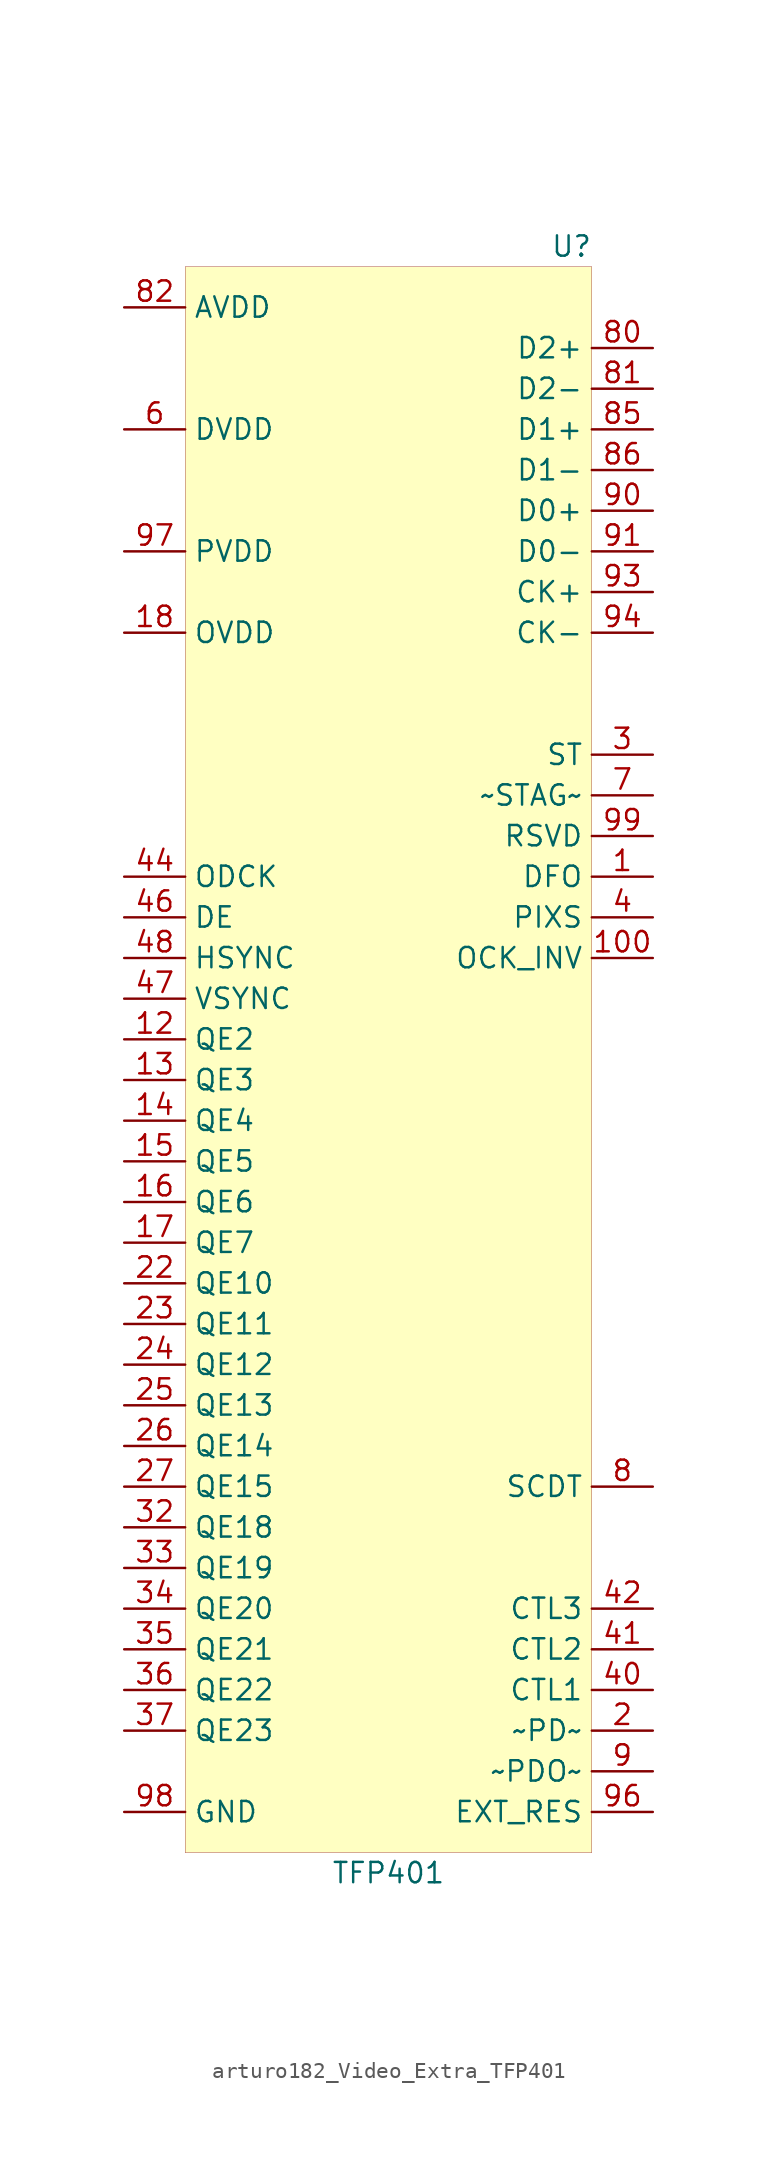
<source format=kicad_sym>
(kicad_symbol_lib
  (version 20220914)
  (generator kicad_symbol_editor)
  (symbol "Video_Extra:arturo182_Video_Extra_TFP401"
    (property "Reference" "U"
      (at 11.43 57.15 0)
      (effects (font (size 1.27 1.27))))
    (property "Value" "TFP401"
      (at 0 -44.45 0)
      (effects (font (size 1.27 1.27))))
    (symbol "arturo182_Video_Extra_TFP401_0_0"
      (pin passive line (at -16.51 -40.64 0) (length 3.81) hide (name "GND" (effects (font (size 1.27 1.27)))) (number "79" (effects (font (size 1.27 1.27)))))
      (pin passive line (at -16.51 -40.64 0) (length 3.81) hide (name "GND" (effects (font (size 1.27 1.27)))) (number "83" (effects (font (size 1.27 1.27)))))
      (pin passive line (at -16.51 -40.64 0) (length 3.81) hide (name "GND" (effects (font (size 1.27 1.27)))) (number "87" (effects (font (size 1.27 1.27)))))
      (pin passive line (at -16.51 -40.64 0) (length 3.81) hide (name "GND" (effects (font (size 1.27 1.27)))) (number "89" (effects (font (size 1.27 1.27)))))
      (pin passive line (at -16.51 -40.64 0) (length 3.81) hide (name "GND" (effects (font (size 1.27 1.27)))) (number "92" (effects (font (size 1.27 1.27)))))
      (pin input line (at -16.51 53.34 0) (length 3.81) (name "AVDD" (effects (font (size 1.27 1.27)))) (number "82" (effects (font (size 1.27 1.27)))))
      (pin passive line (at -16.51 53.34 0) (length 3.81) hide (name "AVDD" (effects (font (size 1.27 1.27)))) (number "84" (effects (font (size 1.27 1.27)))))
      (pin passive line (at -16.51 53.34 0) (length 3.81) hide (name "AVDD" (effects (font (size 1.27 1.27)))) (number "88" (effects (font (size 1.27 1.27)))))
      (pin passive line (at -16.51 53.34 0) (length 3.81) hide (name "AVDD" (effects (font (size 1.27 1.27)))) (number "95" (effects (font (size 1.27 1.27)))))
      (pin output line (at 16.51 -27.94 180) (length 3.81) (name "CTL3" (effects (font (size 1.27 1.27)))) (number "42" (effects (font (size 1.27 1.27)))))
      (pin output line (at 16.51 -30.48 180) (length 3.81) (name "CTL2" (effects (font (size 1.27 1.27)))) (number "41" (effects (font (size 1.27 1.27)))))
      (pin output line (at 16.51 -33.02 180) (length 3.81) (name "CTL1" (effects (font (size 1.27 1.27)))) (number "40" (effects (font (size 1.27 1.27)))))
      (pin output line (at -16.51 15.24 0) (length 3.81) (name "DE" (effects (font (size 1.27 1.27)))) (number "46" (effects (font (size 1.27 1.27)))))
      (pin input line (at 16.51 17.78 180) (length 3.81) (name "DFO" (effects (font (size 1.27 1.27)))) (number "1" (effects (font (size 1.27 1.27)))))
      (pin passive line (at -16.51 -40.64 0) (length 3.81) hide (name "GND" (effects (font (size 1.27 1.27)))) (number "5" (effects (font (size 1.27 1.27)))))
      (pin passive line (at -16.51 -40.64 0) (length 3.81) hide (name "GND" (effects (font (size 1.27 1.27)))) (number "39" (effects (font (size 1.27 1.27)))))
      (pin passive line (at -16.51 -40.64 0) (length 3.81) hide (name "GND" (effects (font (size 1.27 1.27)))) (number "68" (effects (font (size 1.27 1.27)))))
      (pin input line (at -16.51 45.72 0) (length 3.81) (name "DVDD" (effects (font (size 1.27 1.27)))) (number "6" (effects (font (size 1.27 1.27)))))
      (pin passive line (at -16.51 45.72 0) (length 3.81) hide (name "DVDD" (effects (font (size 1.27 1.27)))) (number "38" (effects (font (size 1.27 1.27)))))
      (pin passive line (at -16.51 45.72 0) (length 3.81) hide (name "DVDD" (effects (font (size 1.27 1.27)))) (number "67" (effects (font (size 1.27 1.27)))))
      (pin input line (at 16.51 -40.64 180) (length 3.81) (name "EXT_RES" (effects (font (size 1.27 1.27)))) (number "96" (effects (font (size 1.27 1.27)))))
      (pin output line (at -16.51 12.7 0) (length 3.81) (name "HSYNC" (effects (font (size 1.27 1.27)))) (number "48" (effects (font (size 1.27 1.27)))))
      (pin input line (at 16.51 20.32 180) (length 3.81) (name "RSVD" (effects (font (size 1.27 1.27)))) (number "99" (effects (font (size 1.27 1.27)))))
      (pin input line (at -16.51 33.02 0) (length 3.81) (name "OVDD" (effects (font (size 1.27 1.27)))) (number "18" (effects (font (size 1.27 1.27)))))
      (pin passive line (at -16.51 33.02 0) (length 3.81) hide (name "OVDD" (effects (font (size 1.27 1.27)))) (number "29" (effects (font (size 1.27 1.27)))))
      (pin passive line (at -16.51 33.02 0) (length 3.81) hide (name "OVDD" (effects (font (size 1.27 1.27)))) (number "43" (effects (font (size 1.27 1.27)))))
      (pin passive line (at -16.51 33.02 0) (length 3.81) hide (name "OVDD" (effects (font (size 1.27 1.27)))) (number "57" (effects (font (size 1.27 1.27)))))
      (pin passive line (at -16.51 33.02 0) (length 3.81) hide (name "OVDD" (effects (font (size 1.27 1.27)))) (number "78" (effects (font (size 1.27 1.27)))))
      (pin output line (at -16.51 17.78 0) (length 3.81) (name "ODCK" (effects (font (size 1.27 1.27)))) (number "44" (effects (font (size 1.27 1.27)))))
      (pin passive line (at -16.51 -40.64 0) (length 3.81) hide (name "GND" (effects (font (size 1.27 1.27)))) (number "19" (effects (font (size 1.27 1.27)))))
      (pin passive line (at -16.51 -40.64 0) (length 3.81) hide (name "GND" (effects (font (size 1.27 1.27)))) (number "28" (effects (font (size 1.27 1.27)))))
      (pin passive line (at -16.51 -40.64 0) (length 3.81) hide (name "GND" (effects (font (size 1.27 1.27)))) (number "45" (effects (font (size 1.27 1.27)))))
      (pin passive line (at -16.51 -40.64 0) (length 3.81) hide (name "GND" (effects (font (size 1.27 1.27)))) (number "58" (effects (font (size 1.27 1.27)))))
      (pin passive line (at -16.51 -40.64 0) (length 3.81) hide (name "GND" (effects (font (size 1.27 1.27)))) (number "76" (effects (font (size 1.27 1.27)))))
      (pin input line (at 16.51 12.7 180) (length 3.81) (name "OCK_INV" (effects (font (size 1.27 1.27)))) (number "100" (effects (font (size 1.27 1.27)))))
      (pin input line (at 16.51 -35.56 180) (length 3.81) (name "~PD~" (effects (font (size 1.27 1.27)))) (number "2" (effects (font (size 1.27 1.27)))))
      (pin input line (at 16.51 -38.1 180) (length 3.81) (name "~PDO~" (effects (font (size 1.27 1.27)))) (number "9" (effects (font (size 1.27 1.27)))))
      (pin power_in line (at -16.51 -40.64 0) (length 3.81) (name "GND" (effects (font (size 1.27 1.27)))) (number "98" (effects (font (size 1.27 1.27)))))
      (pin input line (at 16.51 15.24 180) (length 3.81) (name "PIXS" (effects (font (size 1.27 1.27)))) (number "4" (effects (font (size 1.27 1.27)))))
      (pin input line (at -16.51 38.1 0) (length 3.81) (name "PVDD" (effects (font (size 1.27 1.27)))) (number "97" (effects (font (size 1.27 1.27)))))
      (pin unconnected line (at -2.54 -31.75 0) (length 3.81) hide (name "QE8" (effects (font (size 1.27 1.27)))) (number "20" (effects (font (size 1.27 1.27)))))
      (pin unconnected line (at -2.54 -34.29 0) (length 3.81) hide (name "QE9" (effects (font (size 1.27 1.27)))) (number "21" (effects (font (size 1.27 1.27)))))
      (pin output line (at -16.51 -7.62 0) (length 3.81) (name "QE10" (effects (font (size 1.27 1.27)))) (number "22" (effects (font (size 1.27 1.27)))))
      (pin output line (at -16.51 -10.16 0) (length 3.81) (name "QE11" (effects (font (size 1.27 1.27)))) (number "23" (effects (font (size 1.27 1.27)))))
      (pin output line (at -16.51 -12.7 0) (length 3.81) (name "QE12" (effects (font (size 1.27 1.27)))) (number "24" (effects (font (size 1.27 1.27)))))
      (pin output line (at -16.51 -15.24 0) (length 3.81) (name "QE13" (effects (font (size 1.27 1.27)))) (number "25" (effects (font (size 1.27 1.27)))))
      (pin output line (at -16.51 -17.78 0) (length 3.81) (name "QE14" (effects (font (size 1.27 1.27)))) (number "26" (effects (font (size 1.27 1.27)))))
      (pin output line (at -16.51 -20.32 0) (length 3.81) (name "QE15" (effects (font (size 1.27 1.27)))) (number "27" (effects (font (size 1.27 1.27)))))
      (pin unconnected line (at -2.54 -36.83 0) (length 3.81) hide (name "QE16" (effects (font (size 1.27 1.27)))) (number "30" (effects (font (size 1.27 1.27)))))
      (pin unconnected line (at -2.54 -39.37 0) (length 3.81) hide (name "QE17" (effects (font (size 1.27 1.27)))) (number "31" (effects (font (size 1.27 1.27)))))
      (pin output line (at -16.51 -22.86 0) (length 3.81) (name "QE18" (effects (font (size 1.27 1.27)))) (number "32" (effects (font (size 1.27 1.27)))))
      (pin output line (at -16.51 -25.4 0) (length 3.81) (name "QE19" (effects (font (size 1.27 1.27)))) (number "33" (effects (font (size 1.27 1.27)))))
      (pin output line (at -16.51 -27.94 0) (length 3.81) (name "QE20" (effects (font (size 1.27 1.27)))) (number "34" (effects (font (size 1.27 1.27)))))
      (pin output line (at -16.51 -30.48 0) (length 3.81) (name "QE21" (effects (font (size 1.27 1.27)))) (number "35" (effects (font (size 1.27 1.27)))))
      (pin output line (at -16.51 -33.02 0) (length 3.81) (name "QE22" (effects (font (size 1.27 1.27)))) (number "36" (effects (font (size 1.27 1.27)))))
      (pin output line (at -16.51 -35.56 0) (length 3.81) (name "QE23" (effects (font (size 1.27 1.27)))) (number "37" (effects (font (size 1.27 1.27)))))
      (pin unconnected line (at -2.54 34.29 0) (length 3.81) hide (name "QO0" (effects (font (size 1.27 1.27)))) (number "49" (effects (font (size 1.27 1.27)))))
      (pin unconnected line (at -2.54 31.75 0) (length 3.81) hide (name "QO1" (effects (font (size 1.27 1.27)))) (number "50" (effects (font (size 1.27 1.27)))))
      (pin unconnected line (at -2.54 29.21 0) (length 3.81) hide (name "QO2" (effects (font (size 1.27 1.27)))) (number "51" (effects (font (size 1.27 1.27)))))
      (pin unconnected line (at -2.54 26.67 0) (length 3.81) hide (name "QO3" (effects (font (size 1.27 1.27)))) (number "52" (effects (font (size 1.27 1.27)))))
      (pin unconnected line (at -2.54 24.13 0) (length 3.81) hide (name "QO4" (effects (font (size 1.27 1.27)))) (number "53" (effects (font (size 1.27 1.27)))))
      (pin unconnected line (at -2.54 21.59 0) (length 3.81) hide (name "QO5" (effects (font (size 1.27 1.27)))) (number "54" (effects (font (size 1.27 1.27)))))
      (pin unconnected line (at -2.54 19.05 0) (length 3.81) hide (name "QO6" (effects (font (size 1.27 1.27)))) (number "55" (effects (font (size 1.27 1.27)))))
      (pin unconnected line (at -2.54 16.51 0) (length 3.81) hide (name "QO7" (effects (font (size 1.27 1.27)))) (number "56" (effects (font (size 1.27 1.27)))))
      (pin unconnected line (at -2.54 13.97 0) (length 3.81) hide (name "QO8" (effects (font (size 1.27 1.27)))) (number "59" (effects (font (size 1.27 1.27)))))
      (pin unconnected line (at -2.54 11.43 0) (length 3.81) hide (name "QO9" (effects (font (size 1.27 1.27)))) (number "60" (effects (font (size 1.27 1.27)))))
      (pin unconnected line (at -2.54 8.89 0) (length 3.81) hide (name "QO10" (effects (font (size 1.27 1.27)))) (number "61" (effects (font (size 1.27 1.27)))))
      (pin unconnected line (at -2.54 6.35 0) (length 3.81) hide (name "QO11" (effects (font (size 1.27 1.27)))) (number "62" (effects (font (size 1.27 1.27)))))
      (pin unconnected line (at -2.54 3.81 0) (length 3.81) hide (name "QO12" (effects (font (size 1.27 1.27)))) (number "63" (effects (font (size 1.27 1.27)))))
      (pin unconnected line (at -2.54 1.27 0) (length 3.81) hide (name "QO13" (effects (font (size 1.27 1.27)))) (number "64" (effects (font (size 1.27 1.27)))))
      (pin unconnected line (at -2.54 -1.27 0) (length 3.81) hide (name "QO14" (effects (font (size 1.27 1.27)))) (number "65" (effects (font (size 1.27 1.27)))))
      (pin unconnected line (at -2.54 -3.81 0) (length 3.81) hide (name "QO15" (effects (font (size 1.27 1.27)))) (number "66" (effects (font (size 1.27 1.27)))))
      (pin unconnected line (at -2.54 -6.35 0) (length 3.81) hide (name "QO16" (effects (font (size 1.27 1.27)))) (number "69" (effects (font (size 1.27 1.27)))))
      (pin unconnected line (at -2.54 -8.89 0) (length 3.81) hide (name "QO17" (effects (font (size 1.27 1.27)))) (number "70" (effects (font (size 1.27 1.27)))))
      (pin unconnected line (at -2.54 -11.43 0) (length 3.81) hide (name "QO18" (effects (font (size 1.27 1.27)))) (number "71" (effects (font (size 1.27 1.27)))))
      (pin unconnected line (at -2.54 -13.97 0) (length 3.81) hide (name "QO19" (effects (font (size 1.27 1.27)))) (number "72" (effects (font (size 1.27 1.27)))))
      (pin unconnected line (at -2.54 -16.51 0) (length 3.81) hide (name "QO20" (effects (font (size 1.27 1.27)))) (number "73" (effects (font (size 1.27 1.27)))))
      (pin unconnected line (at -2.54 -19.05 0) (length 3.81) hide (name "QO21" (effects (font (size 1.27 1.27)))) (number "74" (effects (font (size 1.27 1.27)))))
      (pin unconnected line (at -2.54 -21.59 0) (length 3.81) hide (name "QO22" (effects (font (size 1.27 1.27)))) (number "75" (effects (font (size 1.27 1.27)))))
      (pin unconnected line (at -2.54 -24.13 0) (length 3.81) hide (name "QO23" (effects (font (size 1.27 1.27)))) (number "77" (effects (font (size 1.27 1.27)))))
      (pin unconnected line (at -2.54 -26.67 0) (length 3.81) hide (name "QE0" (effects (font (size 1.27 1.27)))) (number "10" (effects (font (size 1.27 1.27)))))
      (pin unconnected line (at -2.54 -29.21 0) (length 3.81) hide (name "QE1" (effects (font (size 1.27 1.27)))) (number "11" (effects (font (size 1.27 1.27)))))
      (pin output line (at -16.51 7.62 0) (length 3.81) (name "QE2" (effects (font (size 1.27 1.27)))) (number "12" (effects (font (size 1.27 1.27)))))
      (pin output line (at -16.51 5.08 0) (length 3.81) (name "QE3" (effects (font (size 1.27 1.27)))) (number "13" (effects (font (size 1.27 1.27)))))
      (pin output line (at -16.51 2.54 0) (length 3.81) (name "QE4" (effects (font (size 1.27 1.27)))) (number "14" (effects (font (size 1.27 1.27)))))
      (pin output line (at -16.51 0 0) (length 3.81) (name "QE5" (effects (font (size 1.27 1.27)))) (number "15" (effects (font (size 1.27 1.27)))))
      (pin output line (at -16.51 -2.54 0) (length 3.81) (name "QE6" (effects (font (size 1.27 1.27)))) (number "16" (effects (font (size 1.27 1.27)))))
      (pin output line (at -16.51 -5.08 0) (length 3.81) (name "QE7" (effects (font (size 1.27 1.27)))) (number "17" (effects (font (size 1.27 1.27)))))
      (pin bidirectional line (at 16.51 35.56 180) (length 3.81) (name "CK+" (effects (font (size 1.27 1.27)))) (number "93" (effects (font (size 1.27 1.27)))))
      (pin bidirectional line (at 16.51 33.02 180) (length 3.81) (name "CK-" (effects (font (size 1.27 1.27)))) (number "94" (effects (font (size 1.27 1.27)))))
      (pin bidirectional line (at 16.51 40.64 180) (length 3.81) (name "D0+" (effects (font (size 1.27 1.27)))) (number "90" (effects (font (size 1.27 1.27)))))
      (pin bidirectional line (at 16.51 38.1 180) (length 3.81) (name "D0-" (effects (font (size 1.27 1.27)))) (number "91" (effects (font (size 1.27 1.27)))))
      (pin bidirectional line (at 16.51 45.72 180) (length 3.81) (name "D1+" (effects (font (size 1.27 1.27)))) (number "85" (effects (font (size 1.27 1.27)))))
      (pin bidirectional line (at 16.51 43.18 180) (length 3.81) (name "D1-" (effects (font (size 1.27 1.27)))) (number "86" (effects (font (size 1.27 1.27)))))
      (pin bidirectional line (at 16.51 50.8 180) (length 3.81) (name "D2+" (effects (font (size 1.27 1.27)))) (number "80" (effects (font (size 1.27 1.27)))))
      (pin bidirectional line (at 16.51 48.26 180) (length 3.81) (name "D2-" (effects (font (size 1.27 1.27)))) (number "81" (effects (font (size 1.27 1.27)))))
      (pin output line (at 16.51 -20.32 180) (length 3.81) (name "SCDT" (effects (font (size 1.27 1.27)))) (number "8" (effects (font (size 1.27 1.27)))))
      (pin input line (at 16.51 25.4 180) (length 3.81) (name "ST" (effects (font (size 1.27 1.27)))) (number "3" (effects (font (size 1.27 1.27)))))
      (pin input line (at 16.51 22.86 180) (length 3.81) (name "~STAG~" (effects (font (size 1.27 1.27)))) (number "7" (effects (font (size 1.27 1.27)))))
      (pin output line (at -16.51 10.16 0) (length 3.81) (name "VSYNC" (effects (font (size 1.27 1.27)))) (number "47" (effects (font (size 1.27 1.27)))))
      (pin passive line (at -16.51 -40.64 0) (length 3.81) hide (name "GND" (effects (font (size 1.27 1.27)))) (number "101" (effects (font (size 1.27 1.27))))))
    (symbol "arturo182_Video_Extra_TFP401_0_1"
      (rectangle (start -12.7 55.88) (end 12.7 -43.18) (stroke (width 0.001)) (fill (type background))))))
</source>
